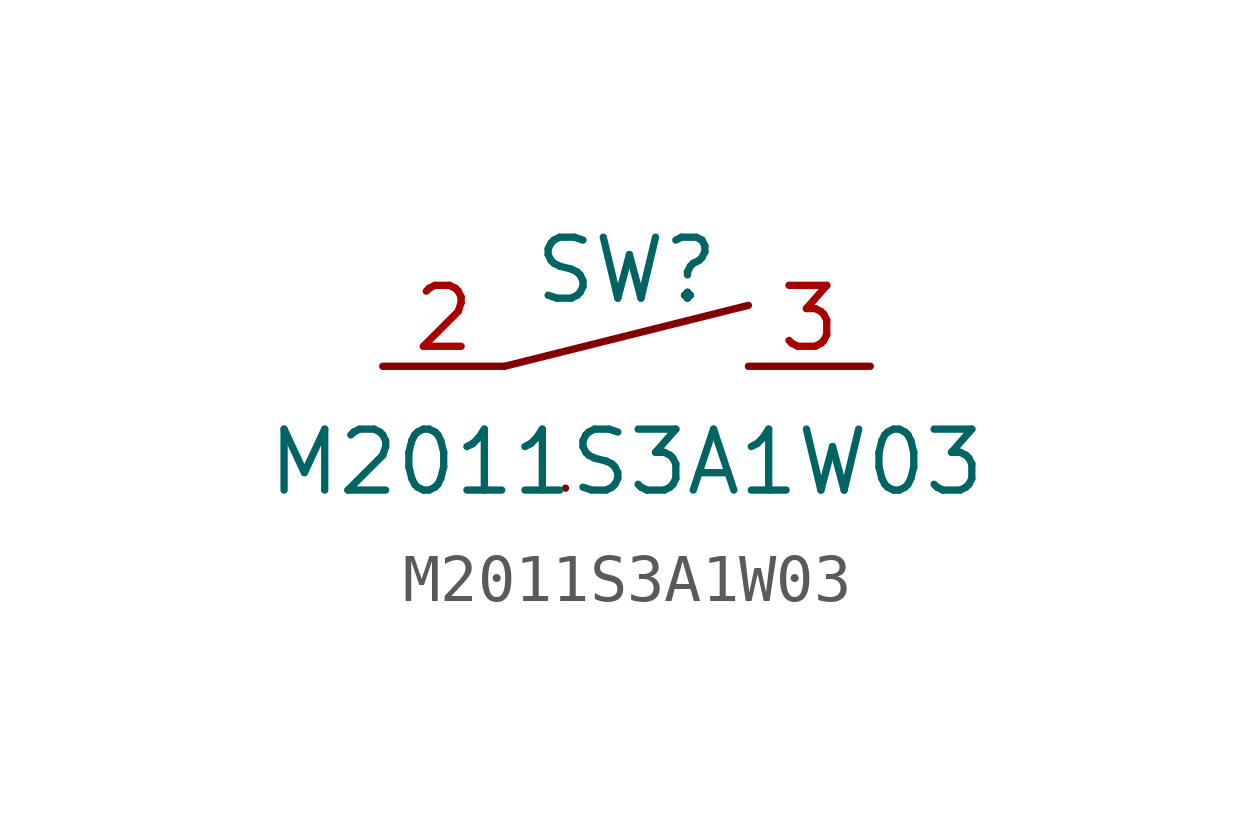
<source format=kicad_sym>
(kicad_symbol_lib
  (version 20231120)
  (generator "kicad_symbol_editor")
  (generator_version "8.0")
  (symbol "M2011S3A1W03"
    (pin_names hide)
    (property "Reference" "SW"
      (at 0 2 0)
      (effects (font (size 1.27 1.27))))
    (property "Value" "M2011S3A1W03"
      (at 0 -2 0)
      (effects (font (size 1.27 1.27))))
    (symbol "M2011S3A1W03_0_1"
      (polyline (pts (xy -1.27 -2.54) (xy -1.27 -2.54)) (stroke (width 0) (type default)) (fill (type none))))
    (symbol "M2011S3A1W03_1_1"
      (polyline (pts (xy -2.54 0) (xy 2.54 1.27)) (stroke (width 0) (type default)) (fill (type none)))
      (pin passive line (at -5.08 0 0) (length 2.54) (name "A" (effects (font (size 1.27 1.27)))) (number "2" (effects (font (size 1.27 1.27)))))
      (pin passive line (at 5.08 0 180) (length 2.54) (name "B" (effects (font (size 1.27 1.27)))) (number "3" (effects (font (size 1.27 1.27))))))))
</source>
